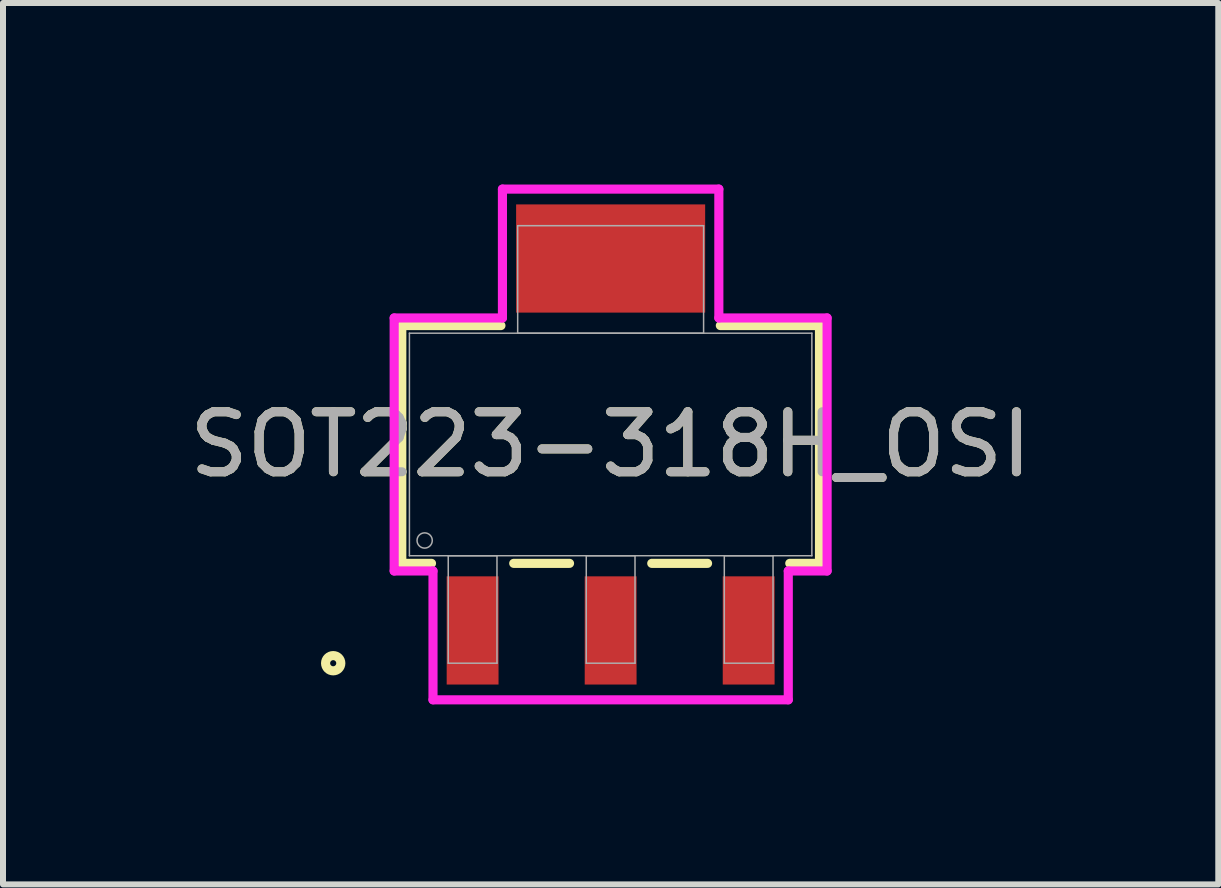
<source format=kicad_pcb>
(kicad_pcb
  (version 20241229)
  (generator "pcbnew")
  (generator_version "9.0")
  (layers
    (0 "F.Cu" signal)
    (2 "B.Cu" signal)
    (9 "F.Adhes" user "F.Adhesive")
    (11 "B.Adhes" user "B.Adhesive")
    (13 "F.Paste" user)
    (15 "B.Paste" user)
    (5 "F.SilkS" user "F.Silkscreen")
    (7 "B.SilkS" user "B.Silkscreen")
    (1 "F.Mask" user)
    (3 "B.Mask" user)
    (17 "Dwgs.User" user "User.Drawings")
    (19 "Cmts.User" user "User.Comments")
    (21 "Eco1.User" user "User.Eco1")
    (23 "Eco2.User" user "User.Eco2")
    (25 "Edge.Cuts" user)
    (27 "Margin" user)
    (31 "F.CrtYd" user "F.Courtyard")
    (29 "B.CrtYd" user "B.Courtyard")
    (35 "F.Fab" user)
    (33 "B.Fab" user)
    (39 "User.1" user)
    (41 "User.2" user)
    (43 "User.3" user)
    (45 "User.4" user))
  (footprint "SOT223-318H_OSI"
    (layer "F.Cu")
    (at 7.125 4.356)
    (property "Reference" "SOT223-318H_OSI" (at 0 0 0) (unlocked yes) (layer "F.SilkS") (effects (font (size 1 1) (thickness 0.15))))
    (attr smd)
    (fp_poly (pts (xy 1.575 -4) (xy -1.575 -4) (xy -1.575 -2.197) (xy 1.575 -2.197)) (stroke (width 0) (type solid)) (fill yes) (layer "F.Cu"))
    (fp_poly (pts (xy 1.6 -4.356) (xy -1.6 -4.356) (xy -1.6 -1.841) (xy 1.6 -1.841)) (stroke (width 0) (type solid)) (fill yes) (layer "F.Mask"))
    (fp_line (start -3.48 -1.981) (end -3.48 1.981) (stroke (width 0.152) (type solid)) (layer "F.SilkS"))
    (fp_line (start -3.48 1.981) (end -2.985 1.981) (stroke (width 0.152) (type solid)) (layer "F.SilkS"))
    (fp_line (start -1.828 -1.981) (end -3.48 -1.981) (stroke (width 0.152) (type solid)) (layer "F.SilkS"))
    (fp_line (start -1.615 1.981) (end -0.685 1.981) (stroke (width 0.152) (type solid)) (layer "F.SilkS"))
    (fp_line (start 0.685 1.981) (end 1.615 1.981) (stroke (width 0.152) (type solid)) (layer "F.SilkS"))
    (fp_line (start 2.985 1.981) (end 3.48 1.981) (stroke (width 0.152) (type solid)) (layer "F.SilkS"))
    (fp_line (start 3.48 -1.981) (end 1.828 -1.981) (stroke (width 0.152) (type solid)) (layer "F.SilkS"))
    (fp_line (start 3.48 1.981) (end 3.48 -1.981) (stroke (width 0.152) (type solid)) (layer "F.SilkS"))
    (fp_circle (center -4.623 3.645) (end -4.496 3.645) (stroke (width 0.152) (type solid)) (fill no) (layer "F.SilkS"))
    (fp_poly (pts (xy 1.575 -4) (xy -1.575 -4) (xy -1.575 -2.197) (xy 1.575 -2.197)) (stroke (width 0) (type solid)) (fill yes) (layer "F.Paste"))
    (fp_line (start -3.607 -2.108) (end -1.803 -2.108) (stroke (width 0.152) (type solid)) (layer "F.CrtYd"))
    (fp_line (start -3.607 2.108) (end -3.607 -2.108) (stroke (width 0.152) (type solid)) (layer "F.CrtYd"))
    (fp_line (start -2.96 2.108) (end -3.607 2.108) (stroke (width 0.152) (type solid)) (layer "F.CrtYd"))
    (fp_line (start -2.96 4.255) (end -2.96 2.108) (stroke (width 0.152) (type solid)) (layer "F.CrtYd"))
    (fp_line (start -1.803 -4.255) (end 1.803 -4.255) (stroke (width 0.152) (type solid)) (layer "F.CrtYd"))
    (fp_line (start -1.803 -2.108) (end -1.803 -4.255) (stroke (width 0.152) (type solid)) (layer "F.CrtYd"))
    (fp_line (start 1.803 -4.255) (end 1.803 -2.108) (stroke (width 0.152) (type solid)) (layer "F.CrtYd"))
    (fp_line (start 1.803 -2.108) (end 3.607 -2.108) (stroke (width 0.152) (type solid)) (layer "F.CrtYd"))
    (fp_line (start 2.96 2.108) (end 2.96 4.255) (stroke (width 0.152) (type solid)) (layer "F.CrtYd"))
    (fp_line (start 2.96 4.255) (end -2.96 4.255) (stroke (width 0.152) (type solid)) (layer "F.CrtYd"))
    (fp_line (start 3.607 -2.108) (end 3.607 2.108) (stroke (width 0.152) (type solid)) (layer "F.CrtYd"))
    (fp_line (start 3.607 2.108) (end 2.96 2.108) (stroke (width 0.152) (type solid)) (layer "F.CrtYd"))
    (fp_line (start -3.353 -1.854) (end -3.353 1.854) (stroke (width 0.025) (type solid)) (layer "F.Fab"))
    (fp_line (start -3.353 1.854) (end 3.353 1.854) (stroke (width 0.025) (type solid)) (layer "F.Fab"))
    (fp_line (start -2.706 1.854) (end -2.706 3.645) (stroke (width 0.025) (type solid)) (layer "F.Fab"))
    (fp_line (start -2.706 3.645) (end -1.894 3.645) (stroke (width 0.025) (type solid)) (layer "F.Fab"))
    (fp_line (start -1.894 1.854) (end -2.706 1.854) (stroke (width 0.025) (type solid)) (layer "F.Fab"))
    (fp_line (start -1.894 3.645) (end -1.894 1.854) (stroke (width 0.025) (type solid)) (layer "F.Fab"))
    (fp_line (start -1.549 -3.645) (end -1.549 -1.854) (stroke (width 0.025) (type solid)) (layer "F.Fab"))
    (fp_line (start -1.549 -1.854) (end 1.549 -1.854) (stroke (width 0.025) (type solid)) (layer "F.Fab"))
    (fp_line (start -0.406 1.854) (end -0.406 3.645) (stroke (width 0.025) (type solid)) (layer "F.Fab"))
    (fp_line (start -0.406 3.645) (end 0.406 3.645) (stroke (width 0.025) (type solid)) (layer "F.Fab"))
    (fp_line (start 0.406 1.854) (end -0.406 1.854) (stroke (width 0.025) (type solid)) (layer "F.Fab"))
    (fp_line (start 0.406 3.645) (end 0.406 1.854) (stroke (width 0.025) (type solid)) (layer "F.Fab"))
    (fp_line (start 1.549 -3.645) (end -1.549 -3.645) (stroke (width 0.025) (type solid)) (layer "F.Fab"))
    (fp_line (start 1.549 -1.854) (end 1.549 -3.645) (stroke (width 0.025) (type solid)) (layer "F.Fab"))
    (fp_line (start 1.894 1.854) (end 1.894 3.645) (stroke (width 0.025) (type solid)) (layer "F.Fab"))
    (fp_line (start 1.894 3.645) (end 2.706 3.645) (stroke (width 0.025) (type solid)) (layer "F.Fab"))
    (fp_line (start 2.706 1.854) (end 1.894 1.854) (stroke (width 0.025) (type solid)) (layer "F.Fab"))
    (fp_line (start 2.706 3.645) (end 2.706 1.854) (stroke (width 0.025) (type solid)) (layer "F.Fab"))
    (fp_line (start 3.353 -1.854) (end -3.353 -1.854) (stroke (width 0.025) (type solid)) (layer "F.Fab"))
    (fp_line (start 3.353 1.854) (end 3.353 -1.854) (stroke (width 0.025) (type solid)) (layer "F.Fab"))
    (fp_circle (center -3.099 1.6) (end -2.972 1.6) (stroke (width 0.025) (type solid)) (fill no) (layer "F.Fab"))
    (fp_text user "${REFERENCE}" (at 0 0 0) (unlocked yes) (layer "F.Fab") (effects (font (size 1 1) (thickness 0.15))))
    (pad "1" smd rect (at -2.3 3.099) (size 0.864 1.803) (layers "F.Cu" "F.Mask" "F.Paste"))
    (pad "2" smd rect (at 0 3.099) (size 0.864 1.803) (layers "F.Cu" "F.Mask" "F.Paste"))
    (pad "3" smd rect (at 2.3 3.099) (size 0.864 1.803) (layers "F.Cu" "F.Mask" "F.Paste")))
  (gr_rect
    (start -3 -3)
    (end 17.25 11.687)
    (stroke (width 0.1) (type default))
    (fill no)
    (layer "Edge.Cuts")))
</source>
